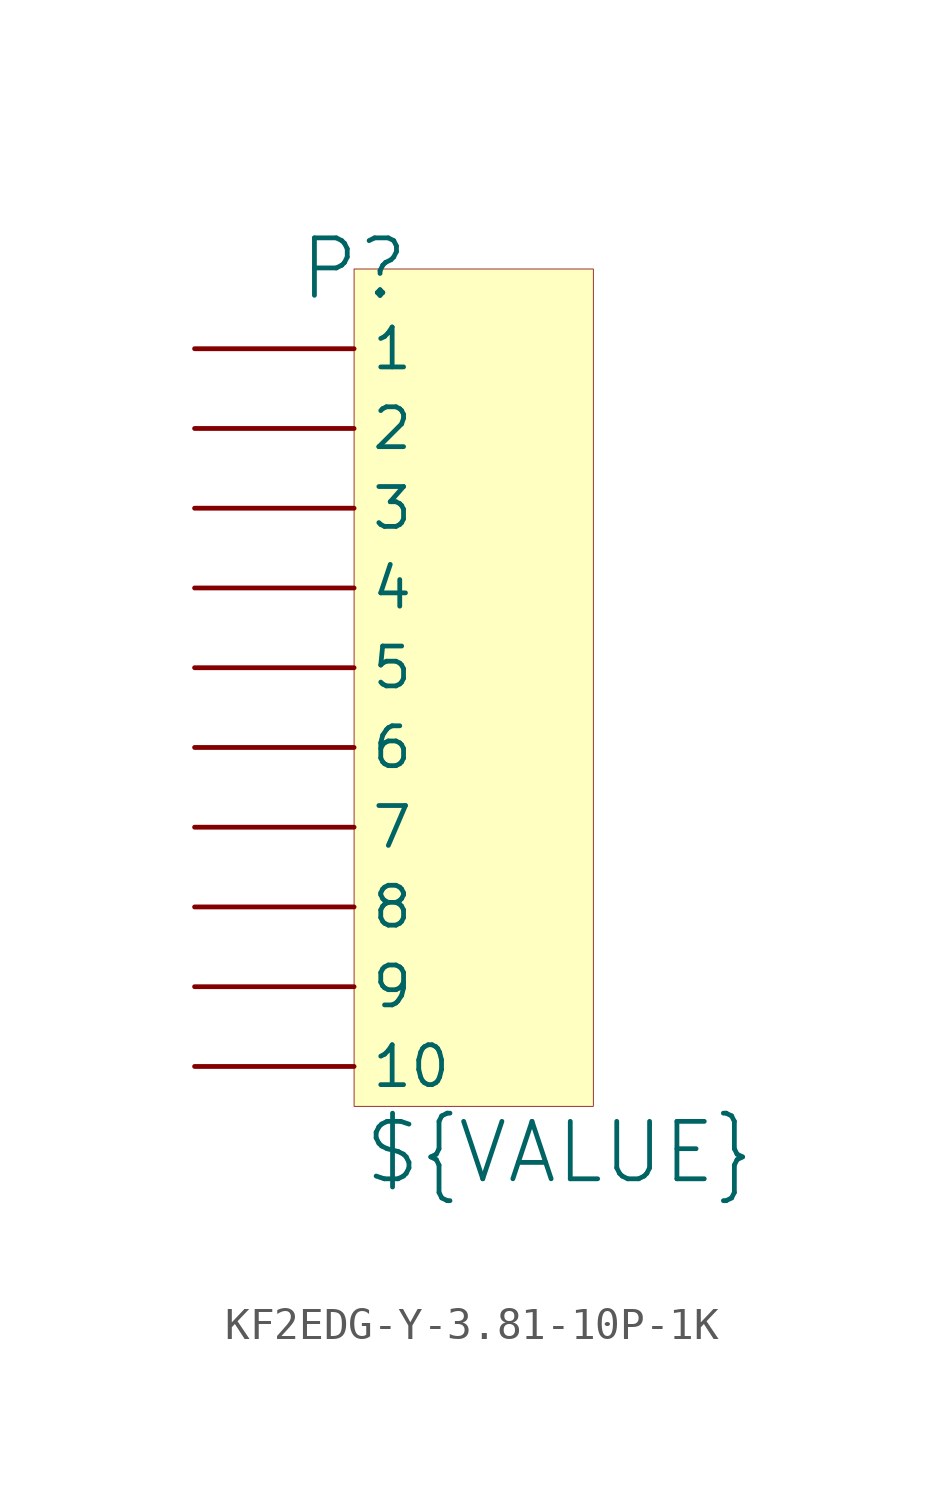
<source format=kicad_sym>
(kicad_symbol_lib
  (version 20241209)
  (generator "kicad_symbol_editor")
  (generator_version "9.0")
  (symbol "KF2EDG-Y-3.81-10P-1K"
    (pin_numbers
      (hide yes))
    (property "Reference" "P"
      (at 0 0 0)
      (effects (font (size 1.829 1.829))))
    (property "Value" "${VALUE}"
      (at 0.254 -29.21 0)
      (effects (font (size 1.829 1.829)) (justify left bottom)))
    (symbol "KF2EDG-Y-3.81-10P-1K_1_0"
      (rectangle (start 7.62 0) (end 0 -26.67) (stroke (width 0.025) (type solid) (color 128 0 0 1)) (fill (type background)))
      (pin passive line (at -5.08 -2.54 0) (length 5.08) (name "1" (effects (font (size 1.27 1.27)))) (number "1" (effects (font (size 1.27 1.27)))))
      (pin passive line (at -5.08 -5.08 0) (length 5.08) (name "2" (effects (font (size 1.27 1.27)))) (number "2" (effects (font (size 1.27 1.27)))))
      (pin passive line (at -5.08 -7.62 0) (length 5.08) (name "3" (effects (font (size 1.27 1.27)))) (number "3" (effects (font (size 1.27 1.27)))))
      (pin passive line (at -5.08 -10.16 0) (length 5.08) (name "4" (effects (font (size 1.27 1.27)))) (number "4" (effects (font (size 1.27 1.27)))))
      (pin passive line (at -5.08 -12.7 0) (length 5.08) (name "5" (effects (font (size 1.27 1.27)))) (number "5" (effects (font (size 1.27 1.27)))))
      (pin passive line (at -5.08 -15.24 0) (length 5.08) (name "6" (effects (font (size 1.27 1.27)))) (number "6" (effects (font (size 1.27 1.27)))))
      (pin passive line (at -5.08 -17.78 0) (length 5.08) (name "7" (effects (font (size 1.27 1.27)))) (number "7" (effects (font (size 1.27 1.27)))))
      (pin passive line (at -5.08 -20.32 0) (length 5.08) (name "8" (effects (font (size 1.27 1.27)))) (number "8" (effects (font (size 1.27 1.27)))))
      (pin passive line (at -5.08 -22.86 0) (length 5.08) (name "9" (effects (font (size 1.27 1.27)))) (number "9" (effects (font (size 1.27 1.27)))))
      (pin passive line (at -5.08 -25.4 0) (length 5.08) (name "10" (effects (font (size 1.27 1.27)))) (number "10" (effects (font (size 1.27 1.27))))))))
</source>
